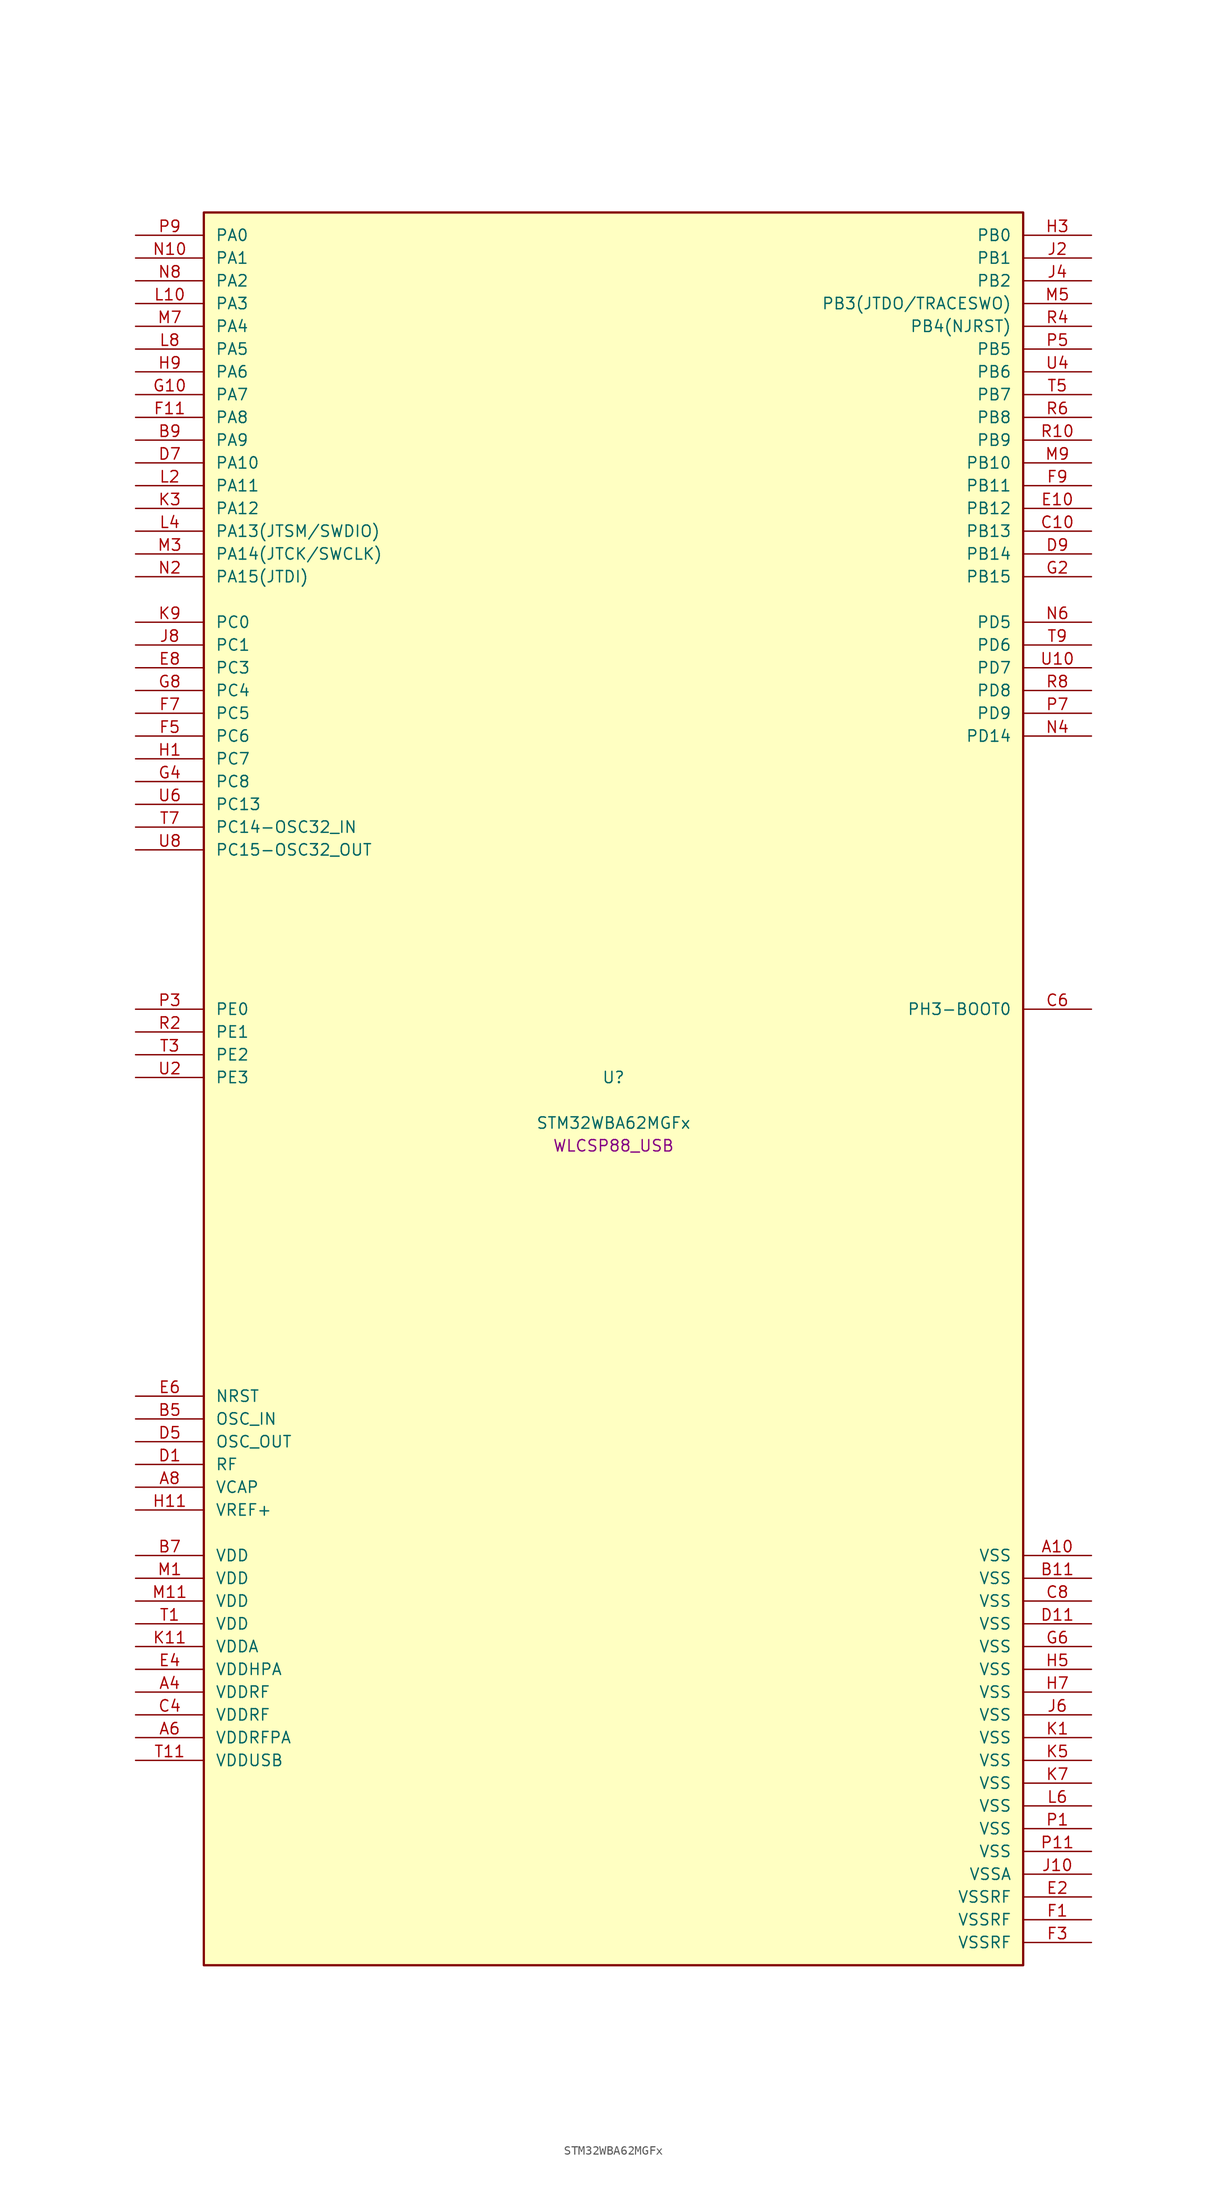
<source format=kicad_sym>
(kicad_symbol_lib
  (version 20241209)
  (generator "stm32_pkl_generator")
  (generator_version "1.0")
  (symbol "STM32WBA62MGFx"
    (pin_names
      (offset 1.27))
    (property "Reference" "U"
      (at 0 2.54 0))
    (property "Value" "STM32WBA62MGFx"
      (at 0 -2.54 0))
    (property "Footprint" "WLCSP88_USB"
      (at 0 -5.08 0))
    (symbol "STM32WBA62MGFx_1_1"
      (rectangle (start -45.72 99.06) (end 45.72 -96.52) (stroke (width 0.254) (type solid)) (fill (type background)))
      (pin bidirectional line (at -53.34 96.52 0) (length 7.62) (name "PA0") (number "P9") (alternate "PA0/ADC4_IN9" bidirectional line) (alternate "PA0/COMP2_INP" bidirectional line) (alternate "PA0/LPTIM1_IN1" bidirectional line) (alternate "PA0/LPUART1_CTS" bidirectional line) (alternate "PA0/PWR_WKUP1" bidirectional line) (alternate "PA0/SPI3_SCK" bidirectional line) (alternate "PA0/TIM1_CH2N" bidirectional line) (alternate "PA0/TIM3_CH3" bidirectional line) (alternate "PA0/TIM3_ETR" bidirectional line) (alternate "PA0/TSC_G2_IO2" bidirectional line))
      (pin bidirectional line (at -53.34 93.98 0) (length 7.62) (name "PA1") (number "N10") (alternate "PA1/ADC4_IN8" bidirectional line) (alternate "PA1/COMP1_INM" bidirectional line) (alternate "PA1/LPTIM2_CH2" bidirectional line) (alternate "PA1/LPUART1_RX" bidirectional line) (alternate "PA1/PWR_WKUP3" bidirectional line) (alternate "PA1/SAI1_CK1" bidirectional line) (alternate "PA1/SPI1_RDY" bidirectional line) (alternate "PA1/SPI3_MISO" bidirectional line) (alternate "PA1/TIM17_CH1" bidirectional line) (alternate "PA1/TIM1_CH1N" bidirectional line) (alternate "PA1/TIM3_CH2" bidirectional line) (alternate "PA1/TSC_G2_IO1" bidirectional line) (alternate "PA1/USART1_CK" bidirectional line))
      (pin bidirectional line (at -53.34 91.44 0) (length 7.62) (name "PA2") (number "N8") (alternate "PA2/ADC4_IN7" bidirectional line) (alternate "PA2/COMP1_INP" bidirectional line) (alternate "PA2/LPUART1_TX" bidirectional line) (alternate "PA2/PWR_WKUP4" bidirectional line) (alternate "PA2/RCC_LSCO" bidirectional line) (alternate "PA2/SAI1_D1" bidirectional line) (alternate "PA2/TIM16_CH1" bidirectional line) (alternate "PA2/TIM1_BKIN" bidirectional line) (alternate "PA2/TIM3_CH1" bidirectional line) (alternate "PA2/TSC_G4_IO4" bidirectional line) (alternate "PA2/USART1_DE" bidirectional line) (alternate "PA2/USART1_RTS" bidirectional line))
      (pin bidirectional line (at -53.34 88.9 0) (length 7.62) (name "PA3") (number "L10") (alternate "PA3/ADC4_IN6" bidirectional line) (alternate "PA3/PWR_WKUP5" bidirectional line) (alternate "PA3/TIM16_CH1N" bidirectional line) (alternate "PA3/TSC_G4_IO2" bidirectional line) (alternate "PA3/USART1_DE" bidirectional line) (alternate "PA3/USART1_RTS" bidirectional line))
      (pin bidirectional line (at -53.34 86.36 0) (length 7.62) (name "PA4") (number "M7") (alternate "PA4/ADC4_IN5" bidirectional line) (alternate "PA4/AUDIOCLK" bidirectional line) (alternate "PA4/PWR_WKUP2" bidirectional line) (alternate "PA4/TAMP_IN6" bidirectional line) (alternate "PA4/TAMP_OUT3" bidirectional line) (alternate "PA4/TIM16_CH1" bidirectional line) (alternate "PA4/TSC_G4_IO1" bidirectional line) (alternate "PA4/USART1_CTS" bidirectional line))
      (pin bidirectional line (at -53.34 83.82 0) (length 7.62) (name "PA5") (number "L8") (alternate "PA5/ADC4_IN4" bidirectional line) (alternate "PA5/AUDIOCLK" bidirectional line) (alternate "PA5/LPTIM2_ETR" bidirectional line) (alternate "PA5/PWR_CSLEEP" bidirectional line) (alternate "PA5/PWR_WKUP6" bidirectional line) (alternate "PA5/SAI1_D2" bidirectional line) (alternate "PA5/SPI3_NSS" bidirectional line) (alternate "PA5/TIM2_CH1" bidirectional line) (alternate "PA5/TIM2_ETR" bidirectional line) (alternate "PA5/TSC_G1_IO4" bidirectional line) (alternate "PA5/USART1_CK" bidirectional line) (alternate "PA5/USART3_RX" bidirectional line))
      (pin bidirectional line (at -53.34 81.28 0) (length 7.62) (name "PA6") (number "H9") (alternate "PA6/ADC4_IN3" bidirectional line) (alternate "PA6/I2C3_SCL" bidirectional line) (alternate "PA6/PWR_CSTOP" bidirectional line) (alternate "PA6/PWR_WKUP7" bidirectional line) (alternate "PA6/SAI1_CK2" bidirectional line) (alternate "PA6/SAI1_MCLK_A" bidirectional line) (alternate "PA6/SPI3_RDY" bidirectional line) (alternate "PA6/TIM2_CH4" bidirectional line) (alternate "PA6/TSC_G1_IO3" bidirectional line) (alternate "PA6/USART1_DE" bidirectional line) (alternate "PA6/USART1_RTS" bidirectional line) (alternate "PA6/USART3_CTS" bidirectional line))
      (pin bidirectional line (at -53.34 78.74 0) (length 7.62) (name "PA7") (number "G10") (alternate "PA7/ADC4_IN2" bidirectional line) (alternate "PA7/COMP1_OUT" bidirectional line) (alternate "PA7/I2C3_SDA" bidirectional line) (alternate "PA7/PWR_WKUP8" bidirectional line) (alternate "PA7/SAI1_SCK_A" bidirectional line) (alternate "PA7/SPI3_SCK" bidirectional line) (alternate "PA7/TAMP_IN1" bidirectional line) (alternate "PA7/TAMP_OUT2" bidirectional line) (alternate "PA7/TIM2_CH3" bidirectional line) (alternate "PA7/TSC_G1_IO2" bidirectional line) (alternate "PA7/USART1_CTS" bidirectional line) (alternate "PA7/USART3_TX" bidirectional line))
      (pin bidirectional line (at -53.34 76.2 0) (length 7.62) (name "PA8") (number "F11") (alternate "PA8/ADC4_IN1" bidirectional line) (alternate "PA8/LPTIM1_CH2" bidirectional line) (alternate "PA8/RCC_MCO" bidirectional line) (alternate "PA8/SAI1_FS_A" bidirectional line) (alternate "PA8/SPI3_RDY" bidirectional line) (alternate "PA8/TIM2_CH2" bidirectional line) (alternate "PA8/TSC_G1_IO1" bidirectional line) (alternate "PA8/USART1_RX" bidirectional line) (alternate "PA8/USB_OTG_HS_SOF" bidirectional line))
      (pin bidirectional line (at -53.34 73.66 0) (length 7.62) (name "PA9") (number "B9") (alternate "PA9/LPUART1_DE" bidirectional line) (alternate "PA9/LPUART1_RTS" bidirectional line) (alternate "PA9/SAI1_CK1" bidirectional line) (alternate "PA9/SPI2_MISO" bidirectional line) (alternate "PA9/SPI2_SCK" bidirectional line) (alternate "PA9/TIM3_CH2" bidirectional line))
      (pin bidirectional line (at -53.34 71.12 0) (length 7.62) (name "PA10") (number "D7") (alternate "PA10/LPUART1_RX" bidirectional line) (alternate "PA10/SAI1_D1" bidirectional line) (alternate "PA10/SPI2_NSS" bidirectional line) (alternate "PA10/TIM3_CH1" bidirectional line))
      (pin bidirectional line (at -53.34 68.58 0) (length 7.62) (name "PA11") (number "L2") (alternate "PA11/LPTIM2_CH1" bidirectional line) (alternate "PA11/RF_ANTSW1" bidirectional line) (alternate "PA11/TIM1_CH1" bidirectional line) (alternate "PA11/USART2_RX" bidirectional line))
      (pin bidirectional line (at -53.34 66.04 0) (length 7.62) (name "PA12") (number "K3") (alternate "PA12/COMP2_OUT" bidirectional line) (alternate "PA12/PTA_STATUS" bidirectional line) (alternate "PA12/PWR_WKUP6" bidirectional line) (alternate "PA12/RF_ANTSW0" bidirectional line) (alternate "PA12/SPI1_NSS" bidirectional line) (alternate "PA12/TIM1_CH2" bidirectional line) (alternate "PA12/TSC_G3_IO4" bidirectional line) (alternate "PA12/USART2_TX" bidirectional line))
      (pin bidirectional line (at -53.34 63.5 0) (length 7.62) (name "PA13(JTSM/SWDIO)") (number "L4") (alternate "PA13(JTSM/SWDIO)/DEBUG_JTMS-SWDIO" bidirectional line) (alternate "PA13(JTSM/SWDIO)/IR_OUT" bidirectional line) (alternate "PA13(JTSM/SWDIO)/PTA_PRIORITY" bidirectional line))
      (pin bidirectional line (at -53.34 60.96 0) (length 7.62) (name "PA14(JTCK/SWCLK)") (number "M3") (alternate "PA14(JTCK/SWCLK)/COMP2_OUT" bidirectional line) (alternate "PA14(JTCK/SWCLK)/DEBUG_JTCK-SWCLK" bidirectional line) (alternate "PA14(JTCK/SWCLK)/I2C4_SMBA" bidirectional line) (alternate "PA14(JTCK/SWCLK)/PTA_STATUS" bidirectional line) (alternate "PA14(JTCK/SWCLK)/TAMP_IN3" bidirectional line) (alternate "PA14(JTCK/SWCLK)/TAMP_OUT6" bidirectional line) (alternate "PA14(JTCK/SWCLK)/USART2_TX" bidirectional line) (alternate "PA14(JTCK/SWCLK)/USB_OTG_HS_SOF" bidirectional line))
      (pin bidirectional line (at -53.34 58.42 0) (length 7.62) (name "PA15(JTDI)") (number "N2") (alternate "PA15(JTDI)/ADC4_EXTI15" bidirectional line) (alternate "PA15(JTDI)/DEBUG_JTDI" bidirectional line) (alternate "PA15(JTDI)/I2C1_SCL" bidirectional line) (alternate "PA15(JTDI)/LPTIM1_CH2" bidirectional line) (alternate "PA15(JTDI)/PTA_STATUS" bidirectional line) (alternate "PA15(JTDI)/SPI1_MOSI" bidirectional line) (alternate "PA15(JTDI)/TIM17_BKIN" bidirectional line) (alternate "PA15(JTDI)/TIM1_ETR" bidirectional line) (alternate "PA15(JTDI)/TSC_G3_IO3" bidirectional line) (alternate "PA15(JTDI)/USART2_DE" bidirectional line) (alternate "PA15(JTDI)/USART2_RTS" bidirectional line) (alternate "PA15(JTDI)/USART3_DE" bidirectional line) (alternate "PA15(JTDI)/USART3_RTS" bidirectional line))
      (pin bidirectional line (at 53.34 96.52 180) (length 7.62) (name "PB0") (number "H3") (alternate "PB0/LPTIM2_IN2" bidirectional line) (alternate "PB0/SPI2_MOSI" bidirectional line) (alternate "PB0/TIM1_CH3N" bidirectional line) (alternate "PB0/USART2_TX" bidirectional line) (alternate "PB0/USART3_CK" bidirectional line))
      (pin bidirectional line (at 53.34 93.98 180) (length 7.62) (name "PB1") (number "J2") (alternate "PB1/I2C1_SDA" bidirectional line) (alternate "PB1/I2C3_SDA" bidirectional line) (alternate "PB1/PWR_WKUP4" bidirectional line) (alternate "PB1/TIM1_CH2N" bidirectional line) (alternate "PB1/USART2_DE" bidirectional line) (alternate "PB1/USART2_RTS" bidirectional line) (alternate "PB1/USART3_DE" bidirectional line) (alternate "PB1/USART3_RTS" bidirectional line))
      (pin bidirectional line (at 53.34 91.44 180) (length 7.62) (name "PB2") (number "J4") (alternate "PB2/I2C1_SCL" bidirectional line) (alternate "PB2/I2C3_SCL" bidirectional line) (alternate "PB2/PWR_WKUP1" bidirectional line) (alternate "PB2/RF_ANTSW2" bidirectional line) (alternate "PB2/RTC_OUT2" bidirectional line) (alternate "PB2/TIM1_CH1N" bidirectional line) (alternate "PB2/USART2_CTS" bidirectional line))
      (pin bidirectional line (at 53.34 88.9 180) (length 7.62) (name "PB3(JTDO/TRACESWO)") (number "M5") (alternate "PB3(JTDO/TRACESWO)/DEBUG_JTDO-SWO" bidirectional line) (alternate "PB3(JTDO/TRACESWO)/I2C1_SDA" bidirectional line) (alternate "PB3(JTDO/TRACESWO)/LPTIM1_IN2" bidirectional line) (alternate "PB3(JTDO/TRACESWO)/PTA_ACTIVE" bidirectional line) (alternate "PB3(JTDO/TRACESWO)/SPI1_MISO" bidirectional line) (alternate "PB3(JTDO/TRACESWO)/TIM17_CH1N" bidirectional line) (alternate "PB3(JTDO/TRACESWO)/TIM1_CH4" bidirectional line) (alternate "PB3(JTDO/TRACESWO)/TSC_G3_IO2" bidirectional line) (alternate "PB3(JTDO/TRACESWO)/USART2_CK" bidirectional line))
      (pin bidirectional line (at 53.34 86.36 180) (length 7.62) (name "PB4(NJRST)") (number "R4") (alternate "PB4(NJRST)/DEBUG_NJTRST" bidirectional line) (alternate "PB4(NJRST)/LPTIM2_IN2" bidirectional line) (alternate "PB4(NJRST)/PTA_ACTIVE" bidirectional line) (alternate "PB4(NJRST)/PTA_PRIORITY" bidirectional line) (alternate "PB4(NJRST)/SAI1_MCLK_B" bidirectional line) (alternate "PB4(NJRST)/SPI1_SCK" bidirectional line) (alternate "PB4(NJRST)/TIM17_CH1" bidirectional line) (alternate "PB4(NJRST)/TIM1_CH3" bidirectional line) (alternate "PB4(NJRST)/TSC_G3_IO1" bidirectional line) (alternate "PB4(NJRST)/USART2_RX" bidirectional line))
      (pin bidirectional line (at 53.34 83.82 180) (length 7.62) (name "PB5") (number "P5") (alternate "PB5/LPUART1_TX" bidirectional line) (alternate "PB5/SAI1_D2" bidirectional line) (alternate "PB5/SAI1_FS_B" bidirectional line) (alternate "PB5/TIM3_CH1" bidirectional line) (alternate "PB5/TSC_G5_IO4" bidirectional line))
      (pin bidirectional line (at 53.34 81.28 180) (length 7.62) (name "PB6") (number "U4") (alternate "PB6/PWR_WKUP3" bidirectional line) (alternate "PB6/SAI1_SCK_B" bidirectional line) (alternate "PB6/TIM2_CH1" bidirectional line) (alternate "PB6/TIM2_ETR" bidirectional line) (alternate "PB6/TIM4_CH1" bidirectional line) (alternate "PB6/TSC_G5_IO3" bidirectional line))
      (pin bidirectional line (at 53.34 78.74 180) (length 7.62) (name "PB7") (number "T5") (alternate "PB7/PWR_WKUP5" bidirectional line) (alternate "PB7/SAI1_SD_B" bidirectional line) (alternate "PB7/TAMP_IN5" bidirectional line) (alternate "PB7/TAMP_OUT4" bidirectional line) (alternate "PB7/TIM1_CH4N" bidirectional line) (alternate "PB7/TIM4_CH2" bidirectional line) (alternate "PB7/TSC_G5_IO2" bidirectional line))
      (pin bidirectional line (at 53.34 76.2 180) (length 7.62) (name "PB8") (number "R6") (alternate "PB8/COMP1_OUT" bidirectional line) (alternate "PB8/LPTIM1_ETR" bidirectional line) (alternate "PB8/PWR_PVD_IN" bidirectional line) (alternate "PB8/SPI3_MOSI" bidirectional line) (alternate "PB8/TIM16_CH1N" bidirectional line) (alternate "PB8/TIM1_CH1" bidirectional line) (alternate "PB8/TIM3_ETR" bidirectional line) (alternate "PB8/TIM4_CH3" bidirectional line) (alternate "PB8/TSC_G2_IO4" bidirectional line) (alternate "PB8/USART2_RX" bidirectional line))
      (pin bidirectional line (at 53.34 73.66 180) (length 7.62) (name "PB9") (number "R10") (alternate "PB9/ADC4_IN10" bidirectional line) (alternate "PB9/COMP2_INM" bidirectional line) (alternate "PB9/IR_OUT" bidirectional line) (alternate "PB9/LPTIM2_IN1" bidirectional line) (alternate "PB9/LPUART1_DE" bidirectional line) (alternate "PB9/LPUART1_RTS" bidirectional line) (alternate "PB9/PWR_WKUP8" bidirectional line) (alternate "PB9/SPI2_NSS" bidirectional line) (alternate "PB9/SPI3_MISO" bidirectional line) (alternate "PB9/TIM16_CH1" bidirectional line) (alternate "PB9/TIM1_CH3N" bidirectional line) (alternate "PB9/TIM3_CH4" bidirectional line) (alternate "PB9/TIM4_CH4" bidirectional line) (alternate "PB9/TSC_G2_IO3" bidirectional line))
      (pin bidirectional line (at 53.34 71.12 180) (length 7.62) (name "PB10") (number "M9") (alternate "PB10/I2C2_SCL" bidirectional line) (alternate "PB10/I2C4_SCL" bidirectional line) (alternate "PB10/SPI2_SCK" bidirectional line) (alternate "PB10/TIM16_BKIN" bidirectional line) (alternate "PB10/TSC_G4_IO3" bidirectional line) (alternate "PB10/USART1_CK" bidirectional line) (alternate "PB10/USART3_TX" bidirectional line))
      (pin bidirectional line (at 53.34 68.58 180) (length 7.62) (name "PB11") (number "F9") (alternate "PB11/I2C2_SDA" bidirectional line) (alternate "PB11/I2C4_SDA" bidirectional line) (alternate "PB11/LPTIM1_CH1" bidirectional line) (alternate "PB11/LPTIM1_ETR" bidirectional line) (alternate "PB11/LPUART1_TX" bidirectional line) (alternate "PB11/SPI2_RDY" bidirectional line) (alternate "PB11/USART3_RX" bidirectional line))
      (pin bidirectional line (at 53.34 66.04 180) (length 7.62) (name "PB12") (number "E10") (alternate "PB12/I2C2_SMBA" bidirectional line) (alternate "PB12/SAI1_SD_A" bidirectional line) (alternate "PB12/SPI1_RDY" bidirectional line) (alternate "PB12/SPI2_NSS" bidirectional line) (alternate "PB12/TIM2_CH1" bidirectional line) (alternate "PB12/TIM2_ETR" bidirectional line) (alternate "PB12/TIM3_ETR" bidirectional line) (alternate "PB12/TSC_SYNC" bidirectional line) (alternate "PB12/USART1_TX" bidirectional line) (alternate "PB12/USART3_CK" bidirectional line))
      (pin bidirectional line (at 53.34 63.5 180) (length 7.62) (name "PB13") (number "C10") (alternate "PB13/I2C2_SCL" bidirectional line) (alternate "PB13/SPI2_SCK" bidirectional line) (alternate "PB13/TIM3_CH4" bidirectional line) (alternate "PB13/TSC_G6_IO2" bidirectional line) (alternate "PB13/USART3_CTS" bidirectional line))
      (pin bidirectional line (at 53.34 60.96 180) (length 7.62) (name "PB14") (number "D9") (alternate "PB14/I2C2_SDA" bidirectional line) (alternate "PB14/PWR_WKUP7" bidirectional line) (alternate "PB14/RTC_REFIN" bidirectional line) (alternate "PB14/SAI1_SD_A" bidirectional line) (alternate "PB14/SPI2_MISO" bidirectional line) (alternate "PB14/TIM3_CH3" bidirectional line) (alternate "PB14/TSC_G6_IO1" bidirectional line) (alternate "PB14/USART1_TX" bidirectional line) (alternate "PB14/USART3_DE" bidirectional line) (alternate "PB14/USART3_RTS" bidirectional line))
      (pin bidirectional line (at 53.34 58.42 180) (length 7.62) (name "PB15") (number "G2") (alternate "PB15/ADC4_EXTI15" bidirectional line) (alternate "PB15/I2C1_SMBA" bidirectional line) (alternate "PB15/I2C3_SMBA" bidirectional line) (alternate "PB15/LPUART1_CTS" bidirectional line) (alternate "PB15/PTA_GRANT" bidirectional line) (alternate "PB15/RF_EXTPABYP" bidirectional line) (alternate "PB15/TIM16_BKIN" bidirectional line) (alternate "PB15/TIM1_BKIN2" bidirectional line) (alternate "PB15/USART2_CTS" bidirectional line))
      (pin bidirectional line (at -53.34 53.34 0) (length 7.62) (name "PC0") (number "K9") (alternate "PC0/I2C3_SCL" bidirectional line) (alternate "PC0/LPTIM1_IN1" bidirectional line) (alternate "PC0/LPTIM2_IN1" bidirectional line) (alternate "PC0/LPUART1_RX" bidirectional line) (alternate "PC0/SPI2_RDY" bidirectional line))
      (pin bidirectional line (at -53.34 50.8 0) (length 7.62) (name "PC1") (number "J8") (alternate "PC1/I2C3_SDA" bidirectional line) (alternate "PC1/LPTIM1_CH1" bidirectional line) (alternate "PC1/LPUART1_TX" bidirectional line) (alternate "PC1/SAI1_SD_A" bidirectional line) (alternate "PC1/SPI2_MOSI" bidirectional line))
      (pin bidirectional line (at -53.34 48.26 0) (length 7.62) (name "PC3") (number "E8") (alternate "PC3/LPTIM1_ETR" bidirectional line) (alternate "PC3/LPTIM2_ETR" bidirectional line) (alternate "PC3/SAI1_D1" bidirectional line) (alternate "PC3/SAI1_SD_A" bidirectional line) (alternate "PC3/SPI2_MOSI" bidirectional line) (alternate "PC3/SPI3_MOSI" bidirectional line) (alternate "PC3/TIM3_CH1" bidirectional line))
      (pin bidirectional line (at -53.34 45.72 0) (length 7.62) (name "PC4") (number "G8") (alternate "PC4/LPTIM2_CH2" bidirectional line) (alternate "PC4/SAI1_D2" bidirectional line) (alternate "PC4/SAI1_FS_A" bidirectional line) (alternate "PC4/SPI3_MISO" bidirectional line) (alternate "PC4/TIM3_CH2" bidirectional line) (alternate "PC4/USART3_TX" bidirectional line))
      (pin bidirectional line (at -53.34 43.18 0) (length 7.62) (name "PC5") (number "F7") (alternate "PC5/SAI1_D3" bidirectional line) (alternate "PC5/SAI1_SD_B" bidirectional line) (alternate "PC5/TIM1_CH4N" bidirectional line) (alternate "PC5/USART3_RX" bidirectional line))
      (pin bidirectional line (at -53.34 40.64 0) (length 7.62) (name "PC6") (number "F5") (alternate "PC6/PWR_CSLEEP" bidirectional line) (alternate "PC6/TIM3_CH1" bidirectional line))
      (pin bidirectional line (at -53.34 38.1 0) (length 7.62) (name "PC7") (number "H1") (alternate "PC7/LPTIM2_CH2" bidirectional line) (alternate "PC7/PWR_CSTOP" bidirectional line) (alternate "PC7/TIM3_CH2" bidirectional line) (alternate "PC7/USART2_DE" bidirectional line) (alternate "PC7/USART2_RTS" bidirectional line))
      (pin bidirectional line (at -53.34 35.56 0) (length 7.62) (name "PC8") (number "G4") (alternate "PC8/TIM3_CH3" bidirectional line) (alternate "PC8/USART2_RX" bidirectional line))
      (pin bidirectional line (at -53.34 33.02 0) (length 7.62) (name "PC13") (number "U6") (alternate "PC13/PWR_WKUP2" bidirectional line) (alternate "PC13/RTC_OUT1" bidirectional line) (alternate "PC13/RTC_TS" bidirectional line) (alternate "PC13/TAMP_IN4" bidirectional line) (alternate "PC13/TAMP_OUT5" bidirectional line) (alternate "PC13/TIM1_BKIN2" bidirectional line) (alternate "PC13/TSC_G5_IO1" bidirectional line))
      (pin bidirectional line (at -53.34 30.48 0) (length 7.62) (name "PC14-OSC32_IN") (number "T7") (alternate "PC14-OSC32_IN/RCC_OSC32_IN" bidirectional line))
      (pin bidirectional line (at -53.34 27.94 0) (length 7.62) (name "PC15-OSC32_OUT") (number "U8") (alternate "PC15-OSC32_OUT/ADC4_EXTI15" bidirectional line) (alternate "PC15-OSC32_OUT/RCC_OSC32_OUT" bidirectional line))
      (pin bidirectional line (at 53.34 53.34 180) (length 7.62) (name "PD5") (number "N6") (alternate "PD5/SAI1_D1" bidirectional line) (alternate "PD5/SAI1_SD_A" bidirectional line) (alternate "PD5/SPI3_MOSI" bidirectional line) (alternate "PD5/USART2_RX" bidirectional line))
      (pin bidirectional line (at 53.34 50.8 180) (length 7.62) (name "PD6") (number "T9") (alternate "PD6/USB_OTG_HS_DP" bidirectional line))
      (pin bidirectional line (at 53.34 48.26 180) (length 7.62) (name "PD7") (number "U10") (alternate "PD7/USB_OTG_HS_DM" bidirectional line))
      (pin bidirectional line (at 53.34 45.72 180) (length 7.62) (name "PD8") (number "R8") (alternate "PD8/USART2_CK" bidirectional line) (alternate "PD8/USB_OTG_HS_ID" bidirectional line))
      (pin bidirectional line (at 53.34 43.18 180) (length 7.62) (name "PD9") (number "P7") (alternate "PD9/USART2_TX" bidirectional line) (alternate "PD9/USART3_TX" bidirectional line) (alternate "PD9/USB_OTG_HS_VBUS" bidirectional line))
      (pin bidirectional line (at 53.34 40.64 180) (length 7.62) (name "PD14") (number "N4") (alternate "PD14/DEBUG_TRACED3" bidirectional line) (alternate "PD14/TIM4_CH3" bidirectional line))
      (pin bidirectional line (at -53.34 10.16 0) (length 7.62) (name "PE0") (number "P3") (alternate "PE0/DEBUG_TRACECLK" bidirectional line) (alternate "PE0/TIM16_CH1" bidirectional line) (alternate "PE0/TIM4_ETR" bidirectional line) (alternate "PE0/TSC_G7_IO4" bidirectional line))
      (pin bidirectional line (at -53.34 7.62 0) (length 7.62) (name "PE1") (number "R2") (alternate "PE1/DEBUG_TRACED0" bidirectional line) (alternate "PE1/TIM17_CH1" bidirectional line) (alternate "PE1/TSC_G7_IO3" bidirectional line))
      (pin bidirectional line (at -53.34 5.08 0) (length 7.62) (name "PE2") (number "T3") (alternate "PE2/DEBUG_TRACED1" bidirectional line) (alternate "PE2/SAI1_CK1" bidirectional line) (alternate "PE2/SAI1_MCLK_A" bidirectional line) (alternate "PE2/TIM3_ETR" bidirectional line) (alternate "PE2/TSC_G7_IO2" bidirectional line))
      (pin bidirectional line (at -53.34 2.54 0) (length 7.62) (name "PE3") (number "U2") (alternate "PE3/DEBUG_TRACED2" bidirectional line) (alternate "PE3/SAI1_SD_B" bidirectional line) (alternate "PE3/TIM3_CH1" bidirectional line) (alternate "PE3/TSC_G7_IO1" bidirectional line))
      (pin bidirectional line (at 53.34 10.16 180) (length 7.62) (name "PH3-BOOT0") (number "C6") (alternate "PH3-BOOT0/PTA_GRANT" bidirectional line) (alternate "PH3-BOOT0/RF_EXTPABYP" bidirectional line) (alternate "PH3-BOOT0/TAMP_IN2" bidirectional line) (alternate "PH3-BOOT0/TAMP_OUT1" bidirectional line))
      (pin input line (at -53.34 -33.02 0) (length 7.62) (name "NRST") (number "E6"))
      (pin bidirectional line (at -53.34 -35.56 0) (length 7.62) (name "OSC_IN") (number "B5") (alternate "OSC_IN/RCC_OSC_IN" bidirectional line))
      (pin bidirectional line (at -53.34 -38.1 0) (length 7.62) (name "OSC_OUT") (number "D5") (alternate "OSC_OUT/RCC_OSC_OUT" bidirectional line))
      (pin bidirectional line (at -53.34 -40.64 0) (length 7.62) (name "RF") (number "D1"))
      (pin power_in line (at -53.34 -43.18 0) (length 7.62) (name "VCAP") (number "A8"))
      (pin bidirectional line (at -53.34 -45.72 0) (length 7.62) (name "VREF+") (number "H11"))
      (pin power_in line (at -53.34 -50.8 0) (length 7.62) (name "VDD") (number "B7"))
      (pin power_in line (at -53.34 -53.34 0) (length 7.62) (name "VDD") (number "M1"))
      (pin power_in line (at -53.34 -55.88 0) (length 7.62) (name "VDD") (number "M11"))
      (pin power_in line (at -53.34 -58.42 0) (length 7.62) (name "VDD") (number "T1"))
      (pin power_in line (at -53.34 -60.96 0) (length 7.62) (name "VDDA") (number "K11"))
      (pin power_in line (at -53.34 -63.5 0) (length 7.62) (name "VDDHPA") (number "E4"))
      (pin power_in line (at -53.34 -66.04 0) (length 7.62) (name "VDDRF") (number "A4"))
      (pin power_in line (at -53.34 -68.58 0) (length 7.62) (name "VDDRF") (number "C4"))
      (pin power_in line (at -53.34 -71.12 0) (length 7.62) (name "VDDRFPA") (number "A6"))
      (pin power_in line (at -53.34 -73.66 0) (length 7.62) (name "VDDUSB") (number "T11"))
      (pin power_in line (at 53.34 -50.8 180) (length 7.62) (name "VSS") (number "A10"))
      (pin power_in line (at 53.34 -53.34 180) (length 7.62) (name "VSS") (number "B11"))
      (pin power_in line (at 53.34 -55.88 180) (length 7.62) (name "VSS") (number "C8"))
      (pin power_in line (at 53.34 -58.42 180) (length 7.62) (name "VSS") (number "D11"))
      (pin power_in line (at 53.34 -60.96 180) (length 7.62) (name "VSS") (number "G6"))
      (pin power_in line (at 53.34 -63.5 180) (length 7.62) (name "VSS") (number "H5"))
      (pin power_in line (at 53.34 -66.04 180) (length 7.62) (name "VSS") (number "H7"))
      (pin power_in line (at 53.34 -68.58 180) (length 7.62) (name "VSS") (number "J6"))
      (pin power_in line (at 53.34 -71.12 180) (length 7.62) (name "VSS") (number "K1"))
      (pin power_in line (at 53.34 -73.66 180) (length 7.62) (name "VSS") (number "K5"))
      (pin power_in line (at 53.34 -76.2 180) (length 7.62) (name "VSS") (number "K7"))
      (pin power_in line (at 53.34 -78.74 180) (length 7.62) (name "VSS") (number "L6"))
      (pin power_in line (at 53.34 -81.28 180) (length 7.62) (name "VSS") (number "P1"))
      (pin power_in line (at 53.34 -83.82 180) (length 7.62) (name "VSS") (number "P11"))
      (pin power_in line (at 53.34 -86.36 180) (length 7.62) (name "VSSA") (number "J10"))
      (pin power_in line (at 53.34 -88.9 180) (length 7.62) (name "VSSRF") (number "E2"))
      (pin power_in line (at 53.34 -91.44 180) (length 7.62) (name "VSSRF") (number "F1"))
      (pin power_in line (at 53.34 -93.98 180) (length 7.62) (name "VSSRF") (number "F3")))))
</source>
